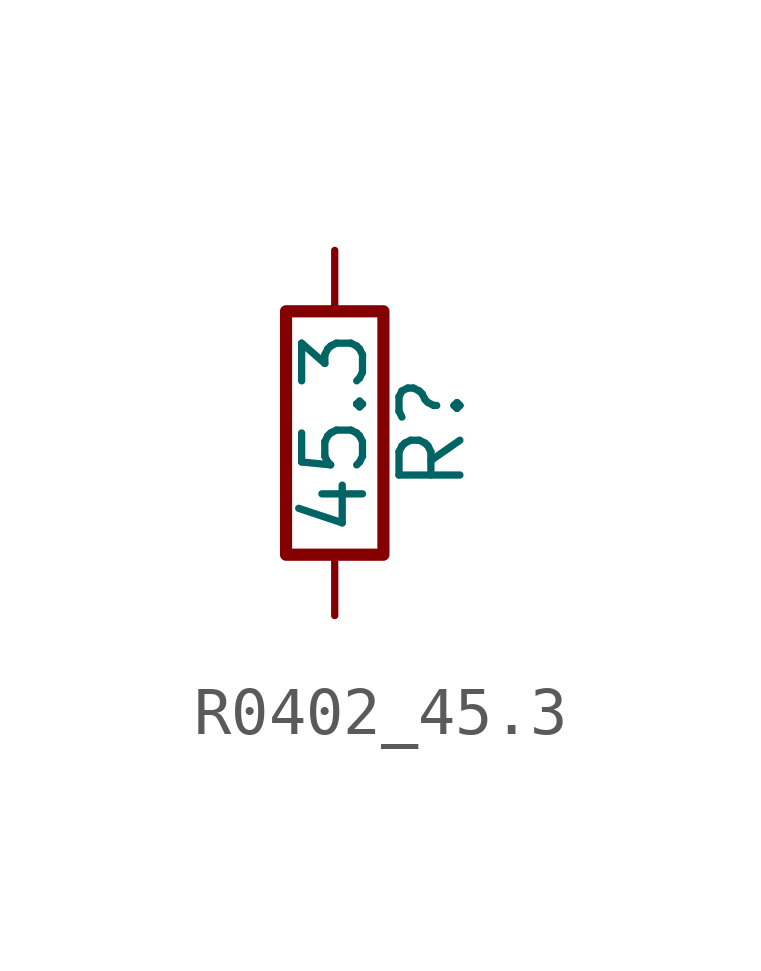
<source format=kicad_sym>
(kicad_symbol_lib
  (version 20211014)
  (generator atlantix-eda)
  (symbol "R0402_45.3"
    (pin_numbers hide)
    (pin_names
      (offset 0))
    (property "Reference" "R"
      (at 2.032 0 90)
      (effects (font (size 1.27 1.27))))
    (property "Value" "45.3"
      (at 0 0 90)
      (effects (font (size 1.27 1.27))))
    (symbol "R0402_45.3_0_1"
      (rectangle (start -1.016 -2.54) (end 1.016 2.54) (stroke (width 0.254) (type default) (color 0 0 0 0)) (fill (type none))))
    (symbol "R0402_45.3_1_1"
      (pin passive line (at 0 3.81 270) (length 1.27) (name "~" (effects (font (size 1.27 1.27)))) (number "1" (effects (font (size 1.27 1.27)))))
      (pin passive line (at 0 -3.81 90) (length 1.27) (name "~" (effects (font (size 1.27 1.27)))) (number "2" (effects (font (size 1.27 1.27))))))))
</source>
